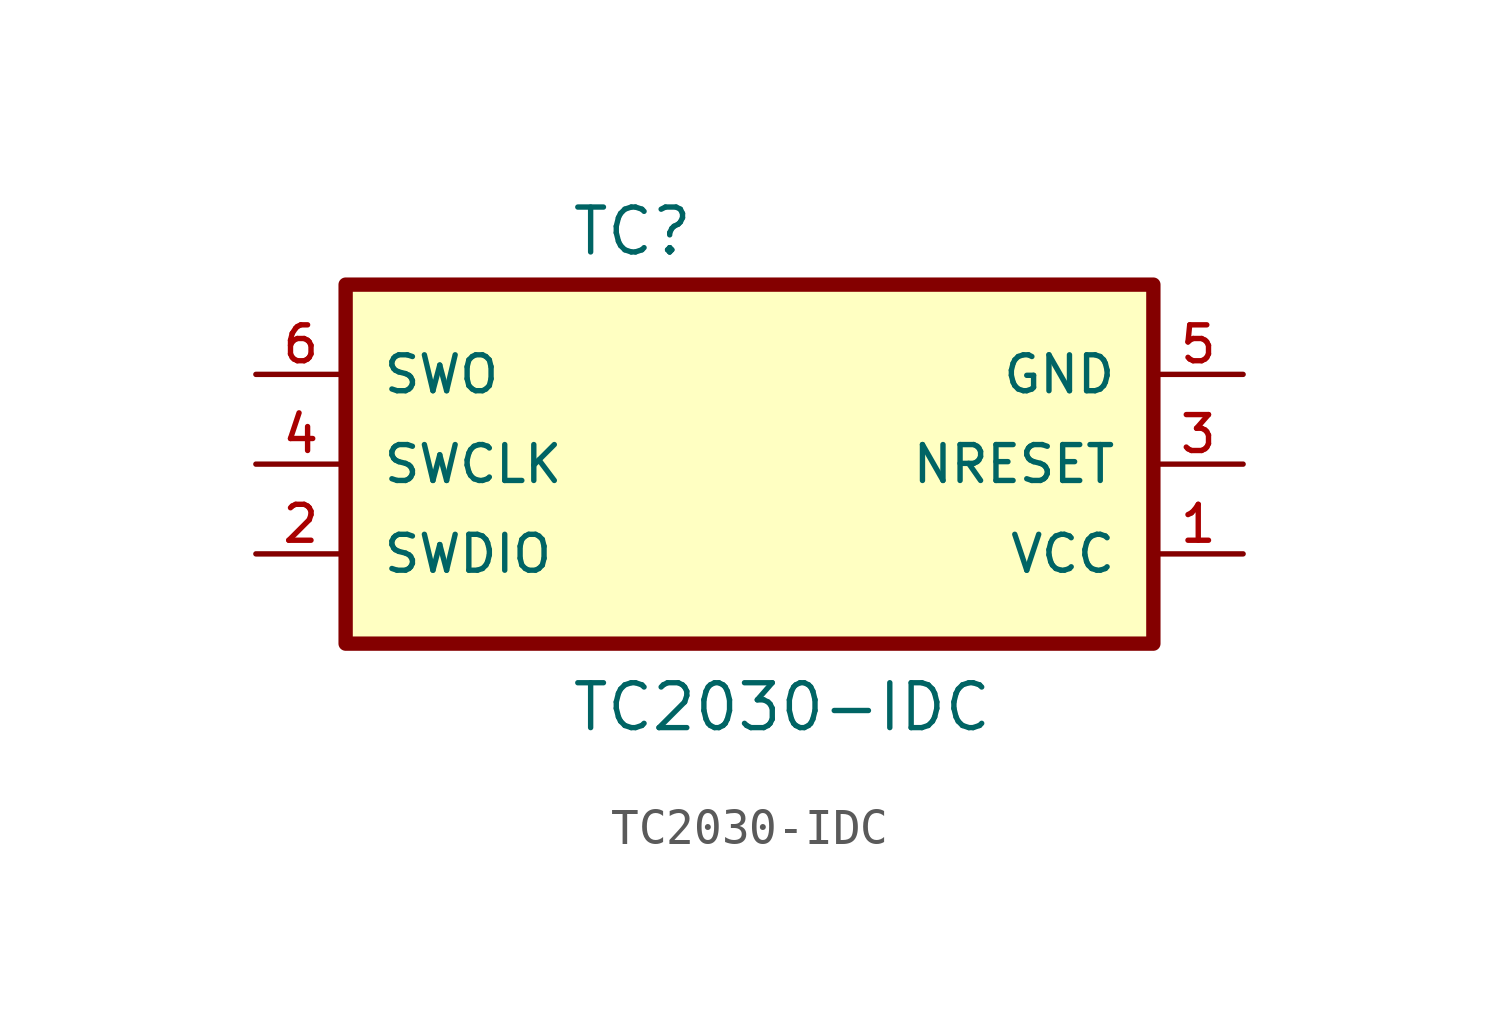
<source format=kicad_sym>
(kicad_symbol_lib
  (version 20211014)
  (generator kicad_symbol_editor)
  (symbol "TC2030-IDC"
    (pin_names
      (offset 1.016))
    (property "Reference" "TC"
      (at -3.81 5.842 0)
      (effects (font (size 1.27 1.27)) (justify left bottom)))
    (property "Value" "TC2030-IDC"
      (at -3.81 -7.62 0)
      (effects (font (size 1.27 1.27)) (justify left bottom)))
    (property "ki_locked" ""
      (at 0 0 0)
      (effects (font (size 1.27 1.27))))
    (symbol "TC2030-IDC_0_0"
      (rectangle (start -10.16 -5.08) (end 12.7 5.08) (stroke (width 0.406) (type default) (color 0 0 0 0)) (fill (type background)))
      (pin passive line (at 15.24 -2.54 180) (length 2.54) (name "VCC" (effects (font (size 1.016 1.016)))) (number "1" (effects (font (size 1.016 1.016)))))
      (pin passive line (at -12.7 -2.54 0) (length 2.54) (name "SWDIO" (effects (font (size 1.016 1.016)))) (number "2" (effects (font (size 1.016 1.016)))))
      (pin passive line (at 15.24 0 180) (length 2.54) (name "NRESET" (effects (font (size 1.016 1.016)))) (number "3" (effects (font (size 1.016 1.016)))))
      (pin passive line (at -12.7 0 0) (length 2.54) (name "SWCLK" (effects (font (size 1.016 1.016)))) (number "4" (effects (font (size 1.016 1.016)))))
      (pin passive line (at 15.24 2.54 180) (length 2.54) (name "GND" (effects (font (size 1.016 1.016)))) (number "5" (effects (font (size 1.016 1.016)))))
      (pin passive line (at -12.7 2.54 0) (length 2.54) (name "SWO" (effects (font (size 1.016 1.016)))) (number "6" (effects (font (size 1.016 1.016))))))))
</source>
